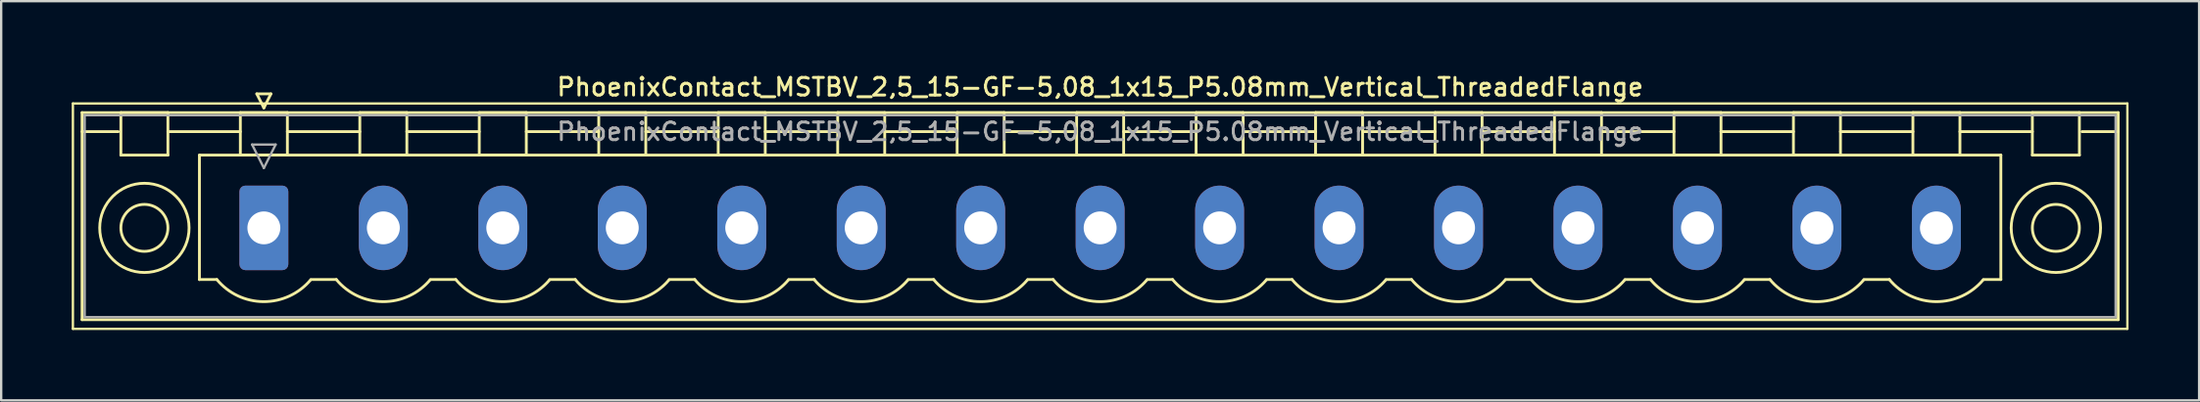
<source format=kicad_pcb>
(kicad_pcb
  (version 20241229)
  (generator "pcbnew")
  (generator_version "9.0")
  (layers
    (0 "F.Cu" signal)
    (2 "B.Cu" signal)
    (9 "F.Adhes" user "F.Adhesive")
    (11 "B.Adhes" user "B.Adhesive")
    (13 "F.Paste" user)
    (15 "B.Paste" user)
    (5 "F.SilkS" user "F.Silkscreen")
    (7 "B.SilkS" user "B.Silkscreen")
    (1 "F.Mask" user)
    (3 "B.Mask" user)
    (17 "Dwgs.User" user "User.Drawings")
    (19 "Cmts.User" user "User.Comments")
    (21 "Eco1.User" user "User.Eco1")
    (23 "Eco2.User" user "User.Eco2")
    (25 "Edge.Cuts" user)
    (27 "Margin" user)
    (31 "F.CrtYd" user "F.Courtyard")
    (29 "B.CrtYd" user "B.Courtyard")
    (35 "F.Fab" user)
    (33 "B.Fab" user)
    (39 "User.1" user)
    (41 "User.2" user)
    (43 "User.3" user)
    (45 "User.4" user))
  (footprint "PhoenixContact_MSTBV_2,5_15-GF-5,08_1x15_P5.08mm_Vertical_ThreadedFlange"
    (layer "F.Cu")
    (at 8.17 6.658)
    (property "Reference" "PhoenixContact_MSTBV_2,5_15-GF-5,08_1x15_P5.08mm_Vertical_ThreadedFlange" (at 35.56 -6 0) (layer "F.SilkS") (effects (font (size 0.75 0.75) (thickness 0.125))))
    (attr through_hole)
    (fp_line (start -8.12 -5.3) (end -8.12 4.3) (stroke (width 0.1) (type solid)) (layer "F.SilkS"))
    (fp_line (start -8.12 4.3) (end 79.24 4.3) (stroke (width 0.1) (type solid)) (layer "F.SilkS"))
    (fp_line (start -7.73 -4.91) (end -7.73 3.91) (stroke (width 0.12) (type solid)) (layer "F.SilkS"))
    (fp_line (start -7.73 -4.1) (end -6.19 -4.1) (stroke (width 0.12) (type solid)) (layer "F.SilkS"))
    (fp_line (start -7.73 3.91) (end 78.85 3.91) (stroke (width 0.12) (type solid)) (layer "F.SilkS"))
    (fp_line (start -6.08 -4.91) (end -4.08 -4.91) (stroke (width 0.12) (type solid)) (layer "F.SilkS"))
    (fp_line (start -6.08 -3.1) (end -6.08 -4.91) (stroke (width 0.12) (type solid)) (layer "F.SilkS"))
    (fp_line (start -4.08 -4.91) (end -4.08 -3.1) (stroke (width 0.12) (type solid)) (layer "F.SilkS"))
    (fp_line (start -4.08 -4.1) (end -1 -4.1) (stroke (width 0.12) (type solid)) (layer "F.SilkS"))
    (fp_line (start -4.08 -3.1) (end -6.08 -3.1) (stroke (width 0.12) (type solid)) (layer "F.SilkS"))
    (fp_line (start -2.74 -3.1) (end 73.86 -3.1) (stroke (width 0.12) (type solid)) (layer "F.SilkS"))
    (fp_line (start -2.74 2.2) (end -2.74 -3.1) (stroke (width 0.12) (type solid)) (layer "F.SilkS"))
    (fp_line (start -2 2.2) (end -2.74 2.2) (stroke (width 0.12) (type solid)) (layer "F.SilkS"))
    (fp_line (start -1 -4.91) (end 1 -4.91) (stroke (width 0.12) (type solid)) (layer "F.SilkS"))
    (fp_line (start -1 -3.1) (end -1 -4.91) (stroke (width 0.12) (type solid)) (layer "F.SilkS"))
    (fp_line (start -0.3 -5.71) (end 0.3 -5.71) (stroke (width 0.12) (type solid)) (layer "F.SilkS"))
    (fp_line (start 0 -5.11) (end -0.3 -5.71) (stroke (width 0.12) (type solid)) (layer "F.SilkS"))
    (fp_line (start 0.3 -5.71) (end 0 -5.11) (stroke (width 0.12) (type solid)) (layer "F.SilkS"))
    (fp_line (start 1 -4.91) (end 1 -3.1) (stroke (width 0.12) (type solid)) (layer "F.SilkS"))
    (fp_line (start 1 -4.1) (end 4.08 -4.1) (stroke (width 0.12) (type solid)) (layer "F.SilkS"))
    (fp_line (start 1 -3.1) (end -1 -3.1) (stroke (width 0.12) (type solid)) (layer "F.SilkS"))
    (fp_line (start 2 2.2) (end 3.08 2.2) (stroke (width 0.12) (type solid)) (layer "F.SilkS"))
    (fp_line (start 4.08 -4.91) (end 6.08 -4.91) (stroke (width 0.12) (type solid)) (layer "F.SilkS"))
    (fp_line (start 4.08 -3.1) (end 4.08 -4.91) (stroke (width 0.12) (type solid)) (layer "F.SilkS"))
    (fp_line (start 6.08 -4.91) (end 6.08 -3.1) (stroke (width 0.12) (type solid)) (layer "F.SilkS"))
    (fp_line (start 6.08 -4.1) (end 9.16 -4.1) (stroke (width 0.12) (type solid)) (layer "F.SilkS"))
    (fp_line (start 6.08 -3.1) (end 4.08 -3.1) (stroke (width 0.12) (type solid)) (layer "F.SilkS"))
    (fp_line (start 7.08 2.2) (end 8.16 2.2) (stroke (width 0.12) (type solid)) (layer "F.SilkS"))
    (fp_line (start 9.16 -4.91) (end 11.16 -4.91) (stroke (width 0.12) (type solid)) (layer "F.SilkS"))
    (fp_line (start 9.16 -3.1) (end 9.16 -4.91) (stroke (width 0.12) (type solid)) (layer "F.SilkS"))
    (fp_line (start 11.16 -4.91) (end 11.16 -3.1) (stroke (width 0.12) (type solid)) (layer "F.SilkS"))
    (fp_line (start 11.16 -4.1) (end 14.24 -4.1) (stroke (width 0.12) (type solid)) (layer "F.SilkS"))
    (fp_line (start 11.16 -3.1) (end 9.16 -3.1) (stroke (width 0.12) (type solid)) (layer "F.SilkS"))
    (fp_line (start 12.16 2.2) (end 13.24 2.2) (stroke (width 0.12) (type solid)) (layer "F.SilkS"))
    (fp_line (start 14.24 -4.91) (end 16.24 -4.91) (stroke (width 0.12) (type solid)) (layer "F.SilkS"))
    (fp_line (start 14.24 -3.1) (end 14.24 -4.91) (stroke (width 0.12) (type solid)) (layer "F.SilkS"))
    (fp_line (start 16.24 -4.91) (end 16.24 -3.1) (stroke (width 0.12) (type solid)) (layer "F.SilkS"))
    (fp_line (start 16.24 -4.1) (end 19.32 -4.1) (stroke (width 0.12) (type solid)) (layer "F.SilkS"))
    (fp_line (start 16.24 -3.1) (end 14.24 -3.1) (stroke (width 0.12) (type solid)) (layer "F.SilkS"))
    (fp_line (start 17.24 2.2) (end 18.32 2.2) (stroke (width 0.12) (type solid)) (layer "F.SilkS"))
    (fp_line (start 19.32 -4.91) (end 21.32 -4.91) (stroke (width 0.12) (type solid)) (layer "F.SilkS"))
    (fp_line (start 19.32 -3.1) (end 19.32 -4.91) (stroke (width 0.12) (type solid)) (layer "F.SilkS"))
    (fp_line (start 21.32 -4.91) (end 21.32 -3.1) (stroke (width 0.12) (type solid)) (layer "F.SilkS"))
    (fp_line (start 21.32 -4.1) (end 24.4 -4.1) (stroke (width 0.12) (type solid)) (layer "F.SilkS"))
    (fp_line (start 21.32 -3.1) (end 19.32 -3.1) (stroke (width 0.12) (type solid)) (layer "F.SilkS"))
    (fp_line (start 22.32 2.2) (end 23.4 2.2) (stroke (width 0.12) (type solid)) (layer "F.SilkS"))
    (fp_line (start 24.4 -4.91) (end 26.4 -4.91) (stroke (width 0.12) (type solid)) (layer "F.SilkS"))
    (fp_line (start 24.4 -3.1) (end 24.4 -4.91) (stroke (width 0.12) (type solid)) (layer "F.SilkS"))
    (fp_line (start 26.4 -4.91) (end 26.4 -3.1) (stroke (width 0.12) (type solid)) (layer "F.SilkS"))
    (fp_line (start 26.4 -4.1) (end 29.48 -4.1) (stroke (width 0.12) (type solid)) (layer "F.SilkS"))
    (fp_line (start 26.4 -3.1) (end 24.4 -3.1) (stroke (width 0.12) (type solid)) (layer "F.SilkS"))
    (fp_line (start 27.4 2.2) (end 28.48 2.2) (stroke (width 0.12) (type solid)) (layer "F.SilkS"))
    (fp_line (start 29.48 -4.91) (end 31.48 -4.91) (stroke (width 0.12) (type solid)) (layer "F.SilkS"))
    (fp_line (start 29.48 -3.1) (end 29.48 -4.91) (stroke (width 0.12) (type solid)) (layer "F.SilkS"))
    (fp_line (start 31.48 -4.91) (end 31.48 -3.1) (stroke (width 0.12) (type solid)) (layer "F.SilkS"))
    (fp_line (start 31.48 -4.1) (end 34.56 -4.1) (stroke (width 0.12) (type solid)) (layer "F.SilkS"))
    (fp_line (start 31.48 -3.1) (end 29.48 -3.1) (stroke (width 0.12) (type solid)) (layer "F.SilkS"))
    (fp_line (start 32.48 2.2) (end 33.56 2.2) (stroke (width 0.12) (type solid)) (layer "F.SilkS"))
    (fp_line (start 34.56 -4.91) (end 36.56 -4.91) (stroke (width 0.12) (type solid)) (layer "F.SilkS"))
    (fp_line (start 34.56 -3.1) (end 34.56 -4.91) (stroke (width 0.12) (type solid)) (layer "F.SilkS"))
    (fp_line (start 36.56 -4.91) (end 36.56 -3.1) (stroke (width 0.12) (type solid)) (layer "F.SilkS"))
    (fp_line (start 36.56 -4.1) (end 39.64 -4.1) (stroke (width 0.12) (type solid)) (layer "F.SilkS"))
    (fp_line (start 36.56 -3.1) (end 34.56 -3.1) (stroke (width 0.12) (type solid)) (layer "F.SilkS"))
    (fp_line (start 37.56 2.2) (end 38.64 2.2) (stroke (width 0.12) (type solid)) (layer "F.SilkS"))
    (fp_line (start 39.64 -4.91) (end 41.64 -4.91) (stroke (width 0.12) (type solid)) (layer "F.SilkS"))
    (fp_line (start 39.64 -3.1) (end 39.64 -4.91) (stroke (width 0.12) (type solid)) (layer "F.SilkS"))
    (fp_line (start 41.64 -4.91) (end 41.64 -3.1) (stroke (width 0.12) (type solid)) (layer "F.SilkS"))
    (fp_line (start 41.64 -4.1) (end 44.72 -4.1) (stroke (width 0.12) (type solid)) (layer "F.SilkS"))
    (fp_line (start 41.64 -3.1) (end 39.64 -3.1) (stroke (width 0.12) (type solid)) (layer "F.SilkS"))
    (fp_line (start 42.64 2.2) (end 43.72 2.2) (stroke (width 0.12) (type solid)) (layer "F.SilkS"))
    (fp_line (start 44.72 -4.91) (end 46.72 -4.91) (stroke (width 0.12) (type solid)) (layer "F.SilkS"))
    (fp_line (start 44.72 -3.1) (end 44.72 -4.91) (stroke (width 0.12) (type solid)) (layer "F.SilkS"))
    (fp_line (start 46.72 -4.91) (end 46.72 -3.1) (stroke (width 0.12) (type solid)) (layer "F.SilkS"))
    (fp_line (start 46.72 -4.1) (end 49.8 -4.1) (stroke (width 0.12) (type solid)) (layer "F.SilkS"))
    (fp_line (start 46.72 -3.1) (end 44.72 -3.1) (stroke (width 0.12) (type solid)) (layer "F.SilkS"))
    (fp_line (start 47.72 2.2) (end 48.8 2.2) (stroke (width 0.12) (type solid)) (layer "F.SilkS"))
    (fp_line (start 49.8 -4.91) (end 51.8 -4.91) (stroke (width 0.12) (type solid)) (layer "F.SilkS"))
    (fp_line (start 49.8 -3.1) (end 49.8 -4.91) (stroke (width 0.12) (type solid)) (layer "F.SilkS"))
    (fp_line (start 51.8 -4.91) (end 51.8 -3.1) (stroke (width 0.12) (type solid)) (layer "F.SilkS"))
    (fp_line (start 51.8 -4.1) (end 54.88 -4.1) (stroke (width 0.12) (type solid)) (layer "F.SilkS"))
    (fp_line (start 51.8 -3.1) (end 49.8 -3.1) (stroke (width 0.12) (type solid)) (layer "F.SilkS"))
    (fp_line (start 52.8 2.2) (end 53.88 2.2) (stroke (width 0.12) (type solid)) (layer "F.SilkS"))
    (fp_line (start 54.88 -4.91) (end 56.88 -4.91) (stroke (width 0.12) (type solid)) (layer "F.SilkS"))
    (fp_line (start 54.88 -3.1) (end 54.88 -4.91) (stroke (width 0.12) (type solid)) (layer "F.SilkS"))
    (fp_line (start 56.88 -4.91) (end 56.88 -3.1) (stroke (width 0.12) (type solid)) (layer "F.SilkS"))
    (fp_line (start 56.88 -4.1) (end 59.96 -4.1) (stroke (width 0.12) (type solid)) (layer "F.SilkS"))
    (fp_line (start 56.88 -3.1) (end 54.88 -3.1) (stroke (width 0.12) (type solid)) (layer "F.SilkS"))
    (fp_line (start 57.88 2.2) (end 58.96 2.2) (stroke (width 0.12) (type solid)) (layer "F.SilkS"))
    (fp_line (start 59.96 -4.91) (end 61.96 -4.91) (stroke (width 0.12) (type solid)) (layer "F.SilkS"))
    (fp_line (start 59.96 -3.1) (end 59.96 -4.91) (stroke (width 0.12) (type solid)) (layer "F.SilkS"))
    (fp_line (start 61.96 -4.91) (end 61.96 -3.1) (stroke (width 0.12) (type solid)) (layer "F.SilkS"))
    (fp_line (start 61.96 -4.1) (end 65.04 -4.1) (stroke (width 0.12) (type solid)) (layer "F.SilkS"))
    (fp_line (start 61.96 -3.1) (end 59.96 -3.1) (stroke (width 0.12) (type solid)) (layer "F.SilkS"))
    (fp_line (start 62.96 2.2) (end 64.04 2.2) (stroke (width 0.12) (type solid)) (layer "F.SilkS"))
    (fp_line (start 65.04 -4.91) (end 67.04 -4.91) (stroke (width 0.12) (type solid)) (layer "F.SilkS"))
    (fp_line (start 65.04 -3.1) (end 65.04 -4.91) (stroke (width 0.12) (type solid)) (layer "F.SilkS"))
    (fp_line (start 67.04 -4.91) (end 67.04 -3.1) (stroke (width 0.12) (type solid)) (layer "F.SilkS"))
    (fp_line (start 67.04 -4.1) (end 70.12 -4.1) (stroke (width 0.12) (type solid)) (layer "F.SilkS"))
    (fp_line (start 67.04 -3.1) (end 65.04 -3.1) (stroke (width 0.12) (type solid)) (layer "F.SilkS"))
    (fp_line (start 68.04 2.2) (end 69.12 2.2) (stroke (width 0.12) (type solid)) (layer "F.SilkS"))
    (fp_line (start 70.12 -4.91) (end 72.12 -4.91) (stroke (width 0.12) (type solid)) (layer "F.SilkS"))
    (fp_line (start 70.12 -3.1) (end 70.12 -4.91) (stroke (width 0.12) (type solid)) (layer "F.SilkS"))
    (fp_line (start 72.12 -4.91) (end 72.12 -3.1) (stroke (width 0.12) (type solid)) (layer "F.SilkS"))
    (fp_line (start 72.12 -4.1) (end 75.2 -4.1) (stroke (width 0.12) (type solid)) (layer "F.SilkS"))
    (fp_line (start 72.12 -3.1) (end 70.12 -3.1) (stroke (width 0.12) (type solid)) (layer "F.SilkS"))
    (fp_line (start 73.86 -3.1) (end 73.86 2.2) (stroke (width 0.12) (type solid)) (layer "F.SilkS"))
    (fp_line (start 73.86 2.2) (end 73.12 2.2) (stroke (width 0.12) (type solid)) (layer "F.SilkS"))
    (fp_line (start 75.2 -4.91) (end 77.2 -4.91) (stroke (width 0.12) (type solid)) (layer "F.SilkS"))
    (fp_line (start 75.2 -3.1) (end 75.2 -4.91) (stroke (width 0.12) (type solid)) (layer "F.SilkS"))
    (fp_line (start 77.2 -4.91) (end 77.2 -3.1) (stroke (width 0.12) (type solid)) (layer "F.SilkS"))
    (fp_line (start 77.2 -3.1) (end 75.2 -3.1) (stroke (width 0.12) (type solid)) (layer "F.SilkS"))
    (fp_line (start 78.85 -4.91) (end -7.73 -4.91) (stroke (width 0.12) (type solid)) (layer "F.SilkS"))
    (fp_line (start 78.85 -4.1) (end 77.31 -4.1) (stroke (width 0.12) (type solid)) (layer "F.SilkS"))
    (fp_line (start 78.85 3.91) (end 78.85 -4.91) (stroke (width 0.12) (type solid)) (layer "F.SilkS"))
    (fp_line (start 79.24 -5.3) (end -8.12 -5.3) (stroke (width 0.1) (type solid)) (layer "F.SilkS"))
    (fp_line (start 79.24 4.3) (end 79.24 -5.3) (stroke (width 0.1) (type solid)) (layer "F.SilkS"))
    (fp_arc (start 1.986842 2.215821) (mid -0.010289 3.142758) (end -2 2.2) (stroke (width 0.12) (type solid)) (layer "F.SilkS"))
    (fp_arc (start 7.066842 2.215821) (mid 5.069711 3.142758) (end 3.08 2.2) (stroke (width 0.12) (type solid)) (layer "F.SilkS"))
    (fp_arc (start 12.146842 2.215821) (mid 10.149711 3.142758) (end 8.16 2.2) (stroke (width 0.12) (type solid)) (layer "F.SilkS"))
    (fp_arc (start 17.226842 2.215821) (mid 15.229711 3.142758) (end 13.24 2.2) (stroke (width 0.12) (type solid)) (layer "F.SilkS"))
    (fp_arc (start 22.306842 2.215821) (mid 20.309711 3.142758) (end 18.32 2.2) (stroke (width 0.12) (type solid)) (layer "F.SilkS"))
    (fp_arc (start 27.386842 2.215821) (mid 25.389711 3.142758) (end 23.4 2.2) (stroke (width 0.12) (type solid)) (layer "F.SilkS"))
    (fp_arc (start 32.466842 2.215821) (mid 30.469711 3.142758) (end 28.48 2.2) (stroke (width 0.12) (type solid)) (layer "F.SilkS"))
    (fp_arc (start 37.546842 2.215821) (mid 35.549711 3.142758) (end 33.56 2.2) (stroke (width 0.12) (type solid)) (layer "F.SilkS"))
    (fp_arc (start 42.626842 2.215821) (mid 40.629711 3.142758) (end 38.64 2.2) (stroke (width 0.12) (type solid)) (layer "F.SilkS"))
    (fp_arc (start 47.706842 2.215821) (mid 45.709711 3.142758) (end 43.72 2.2) (stroke (width 0.12) (type solid)) (layer "F.SilkS"))
    (fp_arc (start 52.786842 2.215821) (mid 50.789711 3.142758) (end 48.8 2.2) (stroke (width 0.12) (type solid)) (layer "F.SilkS"))
    (fp_arc (start 57.866842 2.215821) (mid 55.869711 3.142758) (end 53.88 2.2) (stroke (width 0.12) (type solid)) (layer "F.SilkS"))
    (fp_arc (start 62.946842 2.215821) (mid 60.949711 3.142758) (end 58.96 2.2) (stroke (width 0.12) (type solid)) (layer "F.SilkS"))
    (fp_arc (start 68.026842 2.215821) (mid 66.029711 3.142758) (end 64.04 2.2) (stroke (width 0.12) (type solid)) (layer "F.SilkS"))
    (fp_arc (start 73.106842 2.215821) (mid 71.109711 3.142758) (end 69.12 2.2) (stroke (width 0.12) (type solid)) (layer "F.SilkS"))
    (fp_circle (center -5.08 0) (end -4.08 0) (stroke (width 0.12) (type solid)) (fill no) (layer "F.SilkS"))
    (fp_circle (center -5.08 0) (end -3.18 0) (stroke (width 0.12) (type solid)) (fill no) (layer "F.SilkS"))
    (fp_circle (center 76.2 0) (end 77.2 0) (stroke (width 0.12) (type solid)) (fill no) (layer "F.SilkS"))
    (fp_circle (center 76.2 0) (end 78.1 0) (stroke (width 0.12) (type solid)) (fill no) (layer "F.SilkS"))
    (fp_line (start -7.62 -4.8) (end -7.62 3.8) (stroke (width 0.1) (type solid)) (layer "F.Fab"))
    (fp_line (start -7.62 3.8) (end 78.74 3.8) (stroke (width 0.1) (type solid)) (layer "F.Fab"))
    (fp_line (start -0.5 -3.55) (end 0.5 -3.55) (stroke (width 0.1) (type solid)) (layer "F.Fab"))
    (fp_line (start 0 -2.55) (end -0.5 -3.55) (stroke (width 0.1) (type solid)) (layer "F.Fab"))
    (fp_line (start 0.5 -3.55) (end 0 -2.55) (stroke (width 0.1) (type solid)) (layer "F.Fab"))
    (fp_line (start 78.74 -4.8) (end -7.62 -4.8) (stroke (width 0.1) (type solid)) (layer "F.Fab"))
    (fp_line (start 78.74 3.8) (end 78.74 -4.8) (stroke (width 0.1) (type solid)) (layer "F.Fab"))
    (fp_text user "${REFERENCE}" (at 35.56 -4.1 0) (layer "F.Fab") (effects (font (size 0.75 0.75) (thickness 0.125))))
    (pad "1" thru_hole roundrect (at 0 0) (size 2.08 3.6) (drill 1.4) (layers "*.Cu" "*.Mask") (roundrect_rratio 0.12))
    (pad "2" thru_hole oval (at 5.08 0) (size 2.08 3.6) (drill 1.4) (layers "*.Cu" "*.Mask"))
    (pad "3" thru_hole oval (at 10.16 0) (size 2.08 3.6) (drill 1.4) (layers "*.Cu" "*.Mask"))
    (pad "4" thru_hole oval (at 15.24 0) (size 2.08 3.6) (drill 1.4) (layers "*.Cu" "*.Mask"))
    (pad "5" thru_hole oval (at 20.32 0) (size 2.08 3.6) (drill 1.4) (layers "*.Cu" "*.Mask"))
    (pad "6" thru_hole oval (at 25.4 0) (size 2.08 3.6) (drill 1.4) (layers "*.Cu" "*.Mask"))
    (pad "7" thru_hole oval (at 30.48 0) (size 2.08 3.6) (drill 1.4) (layers "*.Cu" "*.Mask"))
    (pad "8" thru_hole oval (at 35.56 0) (size 2.08 3.6) (drill 1.4) (layers "*.Cu" "*.Mask"))
    (pad "9" thru_hole oval (at 40.64 0) (size 2.08 3.6) (drill 1.4) (layers "*.Cu" "*.Mask"))
    (pad "10" thru_hole oval (at 45.72 0) (size 2.08 3.6) (drill 1.4) (layers "*.Cu" "*.Mask"))
    (pad "11" thru_hole oval (at 50.8 0) (size 2.08 3.6) (drill 1.4) (layers "*.Cu" "*.Mask"))
    (pad "12" thru_hole oval (at 55.88 0) (size 2.08 3.6) (drill 1.4) (layers "*.Cu" "*.Mask"))
    (pad "13" thru_hole oval (at 60.96 0) (size 2.08 3.6) (drill 1.4) (layers "*.Cu" "*.Mask"))
    (pad "14" thru_hole oval (at 66.04 0) (size 2.08 3.6) (drill 1.4) (layers "*.Cu" "*.Mask"))
    (pad "15" thru_hole oval (at 71.12 0) (size 2.08 3.6) (drill 1.4) (layers "*.Cu" "*.Mask")))
  (gr_rect
    (start -3 -3)
    (end 90.46 14.008)
    (stroke (width 0.1) (type default))
    (fill no)
    (layer "Edge.Cuts")))
</source>
